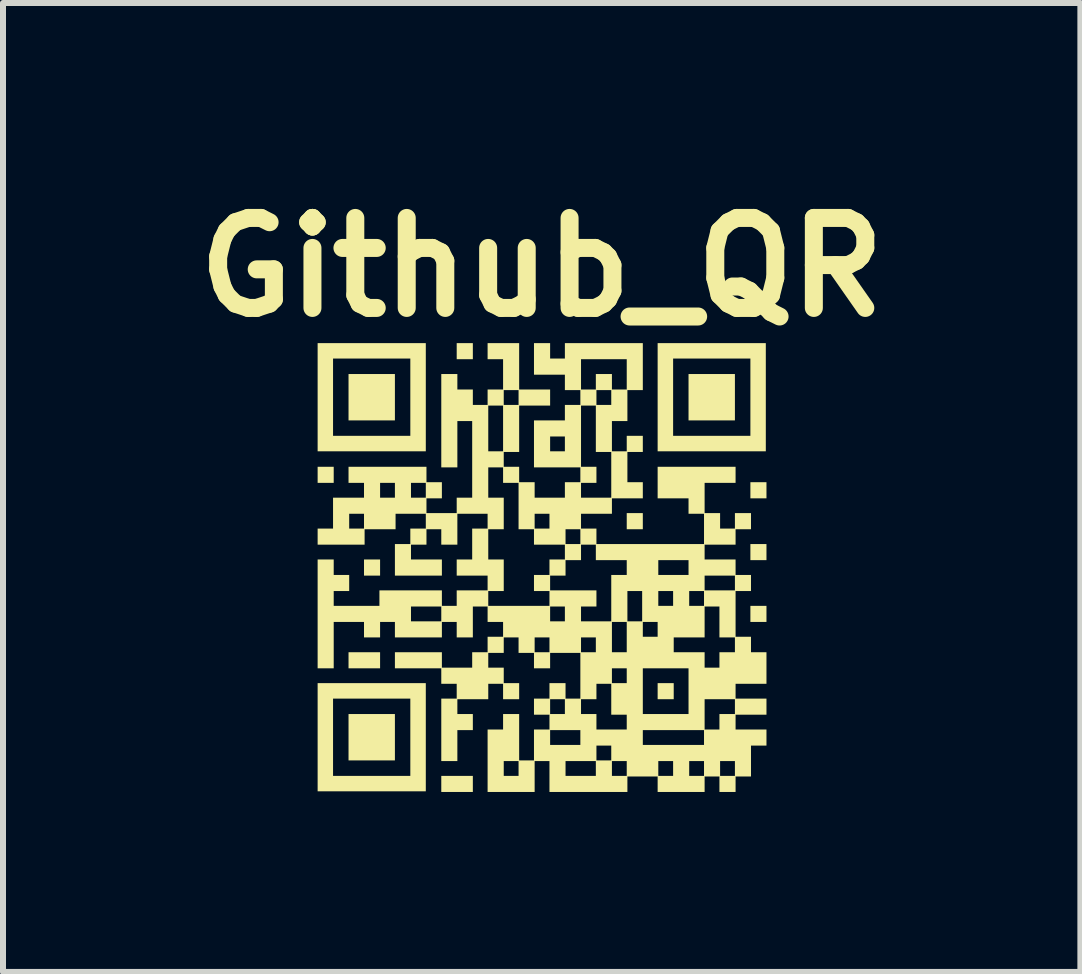
<source format=kicad_pcb>
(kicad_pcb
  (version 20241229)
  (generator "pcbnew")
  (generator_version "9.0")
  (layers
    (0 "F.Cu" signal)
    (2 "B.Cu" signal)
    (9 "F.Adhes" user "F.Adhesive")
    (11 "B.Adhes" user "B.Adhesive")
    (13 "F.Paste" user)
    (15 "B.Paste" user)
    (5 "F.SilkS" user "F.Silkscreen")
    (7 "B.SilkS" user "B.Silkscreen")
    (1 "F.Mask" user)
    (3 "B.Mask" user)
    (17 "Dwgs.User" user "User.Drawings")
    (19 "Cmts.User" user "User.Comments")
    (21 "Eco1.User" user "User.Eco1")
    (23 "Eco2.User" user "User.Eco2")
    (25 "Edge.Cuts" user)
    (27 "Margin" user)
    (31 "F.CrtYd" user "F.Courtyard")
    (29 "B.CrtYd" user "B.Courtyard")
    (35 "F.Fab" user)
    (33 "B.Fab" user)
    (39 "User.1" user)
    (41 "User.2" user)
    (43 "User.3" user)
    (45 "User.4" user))
  (footprint "Github_QR"
    (layer "F.Cu")
    (at 5.979 6.404)
    (property "Reference" "Github_QR" (at 0 -5 0) (layer "F.SilkS") (effects (font (size 1.5 1.5) (thickness 0.3))))
    (attr board_only exclude_from_pos_files exclude_from_bom)
    (fp_poly (pts (xy -3.467 -1.54) (xy -3.467 -1.406) (xy -3.601 -1.406) (xy -3.735 -1.406) (xy -3.735 -1.54) (xy -3.735 -1.674) (xy -3.601 -1.674) (xy -3.467 -1.674)) (stroke (width 0) (type solid)) (fill yes) (layer "F.SilkS"))
    (fp_poly (pts (xy -2.694 0.005) (xy -2.694 0.14) (xy -2.828 0.14) (xy -2.962 0.14) (xy -2.962 0.005) (xy -2.962 -0.129) (xy -2.828 -0.129) (xy -2.694 -0.129)) (stroke (width 0) (type solid)) (fill yes) (layer "F.SilkS"))
    (fp_poly (pts (xy -2.694 1.551) (xy -2.694 1.685) (xy -2.957 1.685) (xy -3.22 1.685) (xy -3.22 1.551) (xy -3.22 1.417) (xy -2.957 1.417) (xy -2.694 1.417)) (stroke (width 0) (type solid)) (fill yes) (layer "F.SilkS"))
    (fp_poly (pts (xy -2.447 -2.834) (xy -2.447 -2.447) (xy -2.834 -2.447) (xy -3.22 -2.447) (xy -3.22 -2.834) (xy -3.22 -3.22) (xy -2.834 -3.22) (xy -2.447 -3.22)) (stroke (width 0) (type solid)) (fill yes) (layer "F.SilkS"))
    (fp_poly (pts (xy -2.447 2.834) (xy -2.447 3.22) (xy -2.834 3.22) (xy -3.22 3.22) (xy -3.22 2.834) (xy -3.22 2.447) (xy -2.834 2.447) (xy -2.447 2.447)) (stroke (width 0) (type solid)) (fill yes) (layer "F.SilkS"))
    (fp_poly (pts (xy -1.148 -3.601) (xy -1.148 -3.467) (xy -1.283 -3.467) (xy -1.417 -3.467) (xy -1.417 -3.601) (xy -1.417 -3.735) (xy -1.283 -3.735) (xy -1.148 -3.735)) (stroke (width 0) (type solid)) (fill yes) (layer "F.SilkS"))
    (fp_poly (pts (xy -1.148 3.612) (xy -1.148 3.746) (xy -1.411 3.746) (xy -1.674 3.746) (xy -1.674 3.612) (xy -1.674 3.478) (xy -1.411 3.478) (xy -1.148 3.478)) (stroke (width 0) (type solid)) (fill yes) (layer "F.SilkS"))
    (fp_poly (pts (xy 1.685 -0.767) (xy 1.685 -0.633) (xy 1.551 -0.633) (xy 1.417 -0.633) (xy 1.417 -0.767) (xy 1.417 -0.902) (xy 1.551 -0.902) (xy 1.685 -0.902)) (stroke (width 0) (type solid)) (fill yes) (layer "F.SilkS"))
    (fp_poly (pts (xy 2.2 2.066) (xy 2.2 2.2) (xy 2.066 2.2) (xy 1.932 2.2) (xy 1.932 2.066) (xy 1.932 1.932) (xy 2.066 1.932) (xy 2.2 1.932)) (stroke (width 0) (type solid)) (fill yes) (layer "F.SilkS"))
    (fp_poly (pts (xy 3.22 -2.834) (xy 3.22 -2.447) (xy 2.834 -2.447) (xy 2.447 -2.447) (xy 2.447 -2.834) (xy 2.447 -3.22) (xy 2.834 -3.22) (xy 3.22 -3.22)) (stroke (width 0) (type solid)) (fill yes) (layer "F.SilkS"))
    (fp_poly (pts (xy 3.746 -1.283) (xy 3.746 -1.148) (xy 3.612 -1.148) (xy 3.478 -1.148) (xy 3.478 -1.283) (xy 3.478 -1.417) (xy 3.612 -1.417) (xy 3.746 -1.417)) (stroke (width 0) (type solid)) (fill yes) (layer "F.SilkS"))
    (fp_poly (pts (xy 3.746 -0.252) (xy 3.746 -0.118) (xy 3.612 -0.118) (xy 3.478 -0.118) (xy 3.478 -0.252) (xy 3.478 -0.386) (xy 3.612 -0.386) (xy 3.746 -0.386)) (stroke (width 0) (type solid)) (fill yes) (layer "F.SilkS"))
    (fp_poly (pts (xy 3.746 0.778) (xy 3.746 0.912) (xy 3.612 0.912) (xy 3.478 0.912) (xy 3.478 0.778) (xy 3.478 0.644) (xy 3.612 0.644) (xy 3.746 0.644)) (stroke (width 0) (type solid)) (fill yes) (layer "F.SilkS"))
    (fp_poly (pts (xy -1.932 -2.834) (xy -1.932 -1.932) (xy -2.834 -1.932) (xy -3.735 -1.932) (xy -3.735 -2.834) (xy -3.478 -2.834) (xy -3.478 -2.19) (xy -2.834 -2.19) (xy -2.19 -2.19) (xy -2.19 -2.834) (xy -2.19 -3.478) (xy -2.834 -3.478) (xy -3.478 -3.478) (xy -3.478 -2.834) (xy -3.735 -2.834) (xy -3.735 -3.735) (xy -2.834 -3.735) (xy -1.932 -3.735)) (stroke (width 0) (type solid)) (fill yes) (layer "F.SilkS"))
    (fp_poly (pts (xy -1.932 2.834) (xy -1.932 3.735) (xy -2.834 3.735) (xy -3.735 3.735) (xy -3.735 2.834) (xy -3.478 2.834) (xy -3.478 3.478) (xy -2.834 3.478) (xy -2.19 3.478) (xy -2.19 2.834) (xy -2.19 2.19) (xy -2.834 2.19) (xy -3.478 2.19) (xy -3.478 2.834) (xy -3.735 2.834) (xy -3.735 1.932) (xy -2.834 1.932) (xy -1.932 1.932)) (stroke (width 0) (type solid)) (fill yes) (layer "F.SilkS"))
    (fp_poly (pts (xy 3.735 -2.834) (xy 3.735 -1.932) (xy 2.834 -1.932) (xy 1.932 -1.932) (xy 1.932 -2.834) (xy 2.19 -2.834) (xy 2.19 -2.19) (xy 2.834 -2.19) (xy 3.478 -2.19) (xy 3.478 -2.834) (xy 3.478 -3.478) (xy 2.834 -3.478) (xy 2.19 -3.478) (xy 2.19 -2.834) (xy 1.932 -2.834) (xy 1.932 -3.735) (xy 2.834 -3.735) (xy 3.735 -3.735)) (stroke (width 0) (type solid)) (fill yes) (layer "F.SilkS"))
    (fp_poly (pts (xy -0.376 -3.349) (xy -0.376 -2.962) (xy -0.118 -2.962) (xy 0.14 -2.962) (xy 0.14 -2.828) (xy 0.14 -2.694) (xy -0.118 -2.694) (xy -0.376 -2.694) (xy -0.376 -2.308) (xy -0.376 -1.921) (xy -0.504 -1.921) (xy -0.633 -1.921) (xy -0.633 -1.798) (xy -0.633 -1.674) (xy -0.504 -1.674) (xy -0.376 -1.674) (xy -0.376 -1.546) (xy -0.376 -1.417) (xy -0.247 -1.417) (xy -0.118 -1.417) (xy -0.118 -1.288) (xy -0.118 -1.159) (xy 0.134 -1.159) (xy 0.386 -1.159) (xy 0.386 -1.288) (xy 0.386 -1.417) (xy 0.515 -1.417) (xy 0.644 -1.417) (xy 0.644 -1.54) (xy 0.644 -1.664) (xy 0.258 -1.664) (xy -0.129 -1.664) (xy -0.129 -2.055) (xy 0.14 -2.055) (xy 0.14 -1.932) (xy 0.263 -1.932) (xy 0.386 -1.932) (xy 0.386 -2.055) (xy 0.386 -2.179) (xy 0.263 -2.179) (xy 0.14 -2.179) (xy 0.14 -2.055) (xy -0.129 -2.055) (xy -0.129 -2.184) (xy 0.655 -2.184) (xy 0.655 -1.674) (xy 0.784 -1.674) (xy 0.912 -1.674) (xy 0.912 -1.54) (xy 0.912 -1.406) (xy 0.784 -1.406) (xy 0.655 -1.406) (xy 0.655 -1.283) (xy 0.655 -1.159) (xy 0.907 -1.159) (xy 1.159 -1.159) (xy 1.159 -1.54) (xy 1.159 -1.921) (xy 1.03 -1.921) (xy 0.902 -1.921) (xy 0.902 -2.308) (xy 0.902 -2.694) (xy 0.778 -2.694) (xy 0.655 -2.694) (xy 0.655 -2.184) (xy -0.129 -2.184) (xy -0.129 -2.447) (xy 0.129 -2.447) (xy 0.386 -2.447) (xy 0.386 -2.576) (xy 0.386 -2.705) (xy 0.515 -2.705) (xy 0.644 -2.705) (xy 0.644 -2.828) (xy 0.912 -2.828) (xy 0.912 -2.705) (xy 1.036 -2.705) (xy 1.159 -2.705) (xy 1.159 -2.828) (xy 1.159 -2.952) (xy 1.036 -2.952) (xy 0.912 -2.952) (xy 0.912 -2.828) (xy 0.644 -2.828) (xy 0.644 -2.952) (xy 0.515 -2.952) (xy 0.386 -2.952) (xy 0.386 -3.08) (xy 0.386 -3.209) (xy 0.129 -3.209) (xy -0.129 -3.209) (xy -0.129 -3.215) (xy 0.655 -3.215) (xy 0.655 -2.962) (xy 0.778 -2.962) (xy 0.902 -2.962) (xy 0.902 -3.091) (xy 0.902 -3.22) (xy 1.036 -3.22) (xy 1.17 -3.22) (xy 1.17 -3.091) (xy 1.17 -2.962) (xy 1.293 -2.962) (xy 1.417 -2.962) (xy 1.417 -3.215) (xy 1.417 -3.467) (xy 1.036 -3.467) (xy 0.655 -3.467) (xy 0.655 -3.215) (xy -0.129 -3.215) (xy -0.129 -3.472) (xy -0.129 -3.735) (xy 0.005 -3.735) (xy 0.14 -3.735) (xy 0.14 -3.606) (xy 0.14 -3.478) (xy 0.263 -3.478) (xy 0.386 -3.478) (xy 0.386 -3.606) (xy 0.386 -3.735) (xy 1.036 -3.735) (xy 1.685 -3.735) (xy 1.685 -3.343) (xy 1.685 -2.952) (xy 1.556 -2.952) (xy 1.428 -2.952) (xy 1.428 -2.694) (xy 1.428 -2.436) (xy 1.299 -2.436) (xy 1.17 -2.436) (xy 1.17 -2.184) (xy 1.17 -1.932) (xy 1.293 -1.932) (xy 1.417 -1.932) (xy 1.417 -2.061) (xy 1.417 -2.19) (xy 1.551 -2.19) (xy 1.685 -2.19) (xy 1.685 -2.055) (xy 1.685 -1.921) (xy 1.556 -1.921) (xy 1.428 -1.921) (xy 1.428 -1.669) (xy 1.428 -1.417) (xy 1.556 -1.417) (xy 1.685 -1.417) (xy 1.685 -1.283) (xy 1.685 -1.148) (xy 1.428 -1.148) (xy 1.17 -1.148) (xy 1.17 -1.02) (xy 1.17 -0.891) (xy 0.912 -0.891) (xy 0.655 -0.891) (xy 0.655 -0.767) (xy 0.655 -0.644) (xy 0.784 -0.644) (xy 0.912 -0.644) (xy 0.912 -0.515) (xy 0.912 -0.386) (xy 1.809 -0.386) (xy 2.705 -0.386) (xy 2.705 -0.639) (xy 2.705 -0.891) (xy 2.576 -0.891) (xy 2.447 -0.891) (xy 2.447 -1.02) (xy 2.447 -1.148) (xy 2.19 -1.148) (xy 1.932 -1.148) (xy 1.932 -1.411) (xy 1.932 -1.674) (xy 2.581 -1.674) (xy 3.231 -1.674) (xy 3.231 -1.54) (xy 3.231 -1.406) (xy 2.973 -1.406) (xy 2.715 -1.406) (xy 2.715 -1.154) (xy 2.715 -0.902) (xy 2.844 -0.902) (xy 2.973 -0.902) (xy 2.973 -0.773) (xy 2.973 -0.644) (xy 3.097 -0.644) (xy 3.22 -0.644) (xy 3.22 -0.773) (xy 3.22 -0.902) (xy 3.354 -0.902) (xy 3.488 -0.902) (xy 3.488 -0.767) (xy 3.488 -0.633) (xy 3.359 -0.633) (xy 3.231 -0.633) (xy 3.231 -0.504) (xy 3.231 -0.376) (xy 2.973 -0.376) (xy 2.715 -0.376) (xy 2.715 -0.252) (xy 2.715 -0.129) (xy 2.973 -0.129) (xy 3.231 -0.129) (xy 3.231 0) (xy 3.231 0.129) (xy 3.359 0.129) (xy 3.488 0.129) (xy 3.488 0.263) (xy 3.488 0.397) (xy 3.359 0.397) (xy 3.231 0.397) (xy 3.231 0.778) (xy 3.231 1.159) (xy 3.359 1.159) (xy 3.488 1.159) (xy 3.488 1.288) (xy 3.488 1.417) (xy 3.617 1.417) (xy 3.746 1.417) (xy 3.746 1.68) (xy 3.746 1.943) (xy 3.488 1.943) (xy 3.231 1.943) (xy 3.231 2.066) (xy 3.231 2.19) (xy 3.488 2.19) (xy 3.746 2.19) (xy 3.746 2.324) (xy 3.746 2.458) (xy 3.488 2.458) (xy 3.231 2.458) (xy 3.231 2.581) (xy 3.231 2.705) (xy 3.488 2.705) (xy 3.746 2.705) (xy 3.746 2.839) (xy 3.746 2.973) (xy 3.617 2.973) (xy 3.488 2.973) (xy 3.488 3.231) (xy 3.488 3.488) (xy 3.359 3.488) (xy 3.231 3.488) (xy 3.231 3.617) (xy 3.231 3.746) (xy 3.097 3.746) (xy 2.962 3.746) (xy 2.962 3.617) (xy 2.962 3.488) (xy 2.839 3.488) (xy 2.715 3.488) (xy 2.715 3.617) (xy 2.715 3.746) (xy 2.324 3.746) (xy 1.932 3.746) (xy 1.932 3.617) (xy 1.932 3.488) (xy 1.68 3.488) (xy 1.428 3.488) (xy 1.428 3.617) (xy 1.428 3.746) (xy 0.778 3.746) (xy 0.129 3.746) (xy 0.129 3.488) (xy 0.129 3.354) (xy 0.397 3.354) (xy 0.397 3.478) (xy 0.649 3.478) (xy 0.902 3.478) (xy 0.902 3.354) (xy 1.17 3.354) (xy 1.17 3.478) (xy 1.293 3.478) (xy 1.417 3.478) (xy 1.417 3.354) (xy 1.943 3.354) (xy 1.943 3.478) (xy 2.066 3.478) (xy 2.19 3.478) (xy 2.19 3.354) (xy 2.458 3.354) (xy 2.458 3.478) (xy 2.581 3.478) (xy 2.705 3.478) (xy 2.705 3.354) (xy 2.973 3.354) (xy 2.973 3.478) (xy 3.097 3.478) (xy 3.22 3.478) (xy 3.22 3.354) (xy 3.22 3.231) (xy 3.097 3.231) (xy 2.973 3.231) (xy 2.973 3.354) (xy 2.705 3.354) (xy 2.705 3.231) (xy 2.581 3.231) (xy 2.458 3.231) (xy 2.458 3.354) (xy 2.19 3.354) (xy 2.19 3.231) (xy 2.066 3.231) (xy 1.943 3.231) (xy 1.943 3.354) (xy 1.417 3.354) (xy 1.417 3.231) (xy 1.293 3.231) (xy 1.17 3.231) (xy 1.17 3.354) (xy 0.902 3.354) (xy 0.902 3.231) (xy 0.649 3.231) (xy 0.397 3.231) (xy 0.397 3.354) (xy 0.129 3.354) (xy 0.129 3.231) (xy 0.005 3.231) (xy -0.118 3.231) (xy -0.118 3.488) (xy -0.118 3.746) (xy -0.51 3.746) (xy -0.902 3.746) (xy -0.902 3.354) (xy -0.633 3.354) (xy -0.633 3.478) (xy -0.51 3.478) (xy -0.386 3.478) (xy -0.386 3.354) (xy -0.386 3.231) (xy -0.51 3.231) (xy -0.633 3.231) (xy -0.633 3.354) (xy -0.902 3.354) (xy -0.902 3.225) (xy -0.902 2.705) (xy -0.773 2.705) (xy -0.644 2.705) (xy -0.644 2.576) (xy -0.644 2.447) (xy -0.51 2.447) (xy -0.376 2.447) (xy -0.376 2.834) (xy -0.376 3.22) (xy -0.252 3.22) (xy -0.129 3.22) (xy -0.129 3.097) (xy 0.912 3.097) (xy 0.912 3.22) (xy 1.036 3.22) (xy 1.159 3.22) (xy 1.159 3.097) (xy 1.159 2.973) (xy 1.036 2.973) (xy 0.912 2.973) (xy 0.912 3.097) (xy -0.129 3.097) (xy -0.129 2.962) (xy -0.129 2.839) (xy 0.14 2.839) (xy 0.14 2.962) (xy 0.392 2.962) (xy 0.644 2.962) (xy 0.644 2.839) (xy 1.685 2.839) (xy 1.685 2.962) (xy 2.195 2.962) (xy 2.705 2.962) (xy 2.705 2.839) (xy 2.705 2.715) (xy 2.195 2.715) (xy 1.685 2.715) (xy 1.685 2.839) (xy 0.644 2.839) (xy 0.644 2.715) (xy 0.392 2.715) (xy 0.14 2.715) (xy 0.14 2.839) (xy -0.129 2.839) (xy -0.129 2.705) (xy 0 2.705) (xy 0.129 2.705) (xy 0.129 2.581) (xy 0.129 2.458) (xy 0 2.458) (xy -0.129 2.458) (xy -0.129 2.324) (xy 0.14 2.324) (xy 0.14 2.447) (xy 0.263 2.447) (xy 0.386 2.447) (xy 0.386 2.324) (xy 0.386 2.2) (xy 0.655 2.2) (xy 0.655 2.324) (xy 0.655 2.447) (xy 0.784 2.447) (xy 0.912 2.447) (xy 0.912 2.576) (xy 0.912 2.705) (xy 1.165 2.705) (xy 1.417 2.705) (xy 1.417 2.581) (xy 1.417 2.458) (xy 1.288 2.458) (xy 1.159 2.458) (xy 1.159 2.453) (xy 2.715 2.453) (xy 2.715 2.705) (xy 2.839 2.705) (xy 2.962 2.705) (xy 2.962 2.576) (xy 2.962 2.447) (xy 3.091 2.447) (xy 3.22 2.447) (xy 3.22 2.324) (xy 3.22 2.2) (xy 2.968 2.2) (xy 2.715 2.2) (xy 2.715 2.453) (xy 1.159 2.453) (xy 1.159 2.2) (xy 1.159 2.066) (xy 1.685 2.066) (xy 1.685 2.447) (xy 2.066 2.447) (xy 2.447 2.447) (xy 2.447 2.066) (xy 2.447 1.685) (xy 2.066 1.685) (xy 1.685 1.685) (xy 1.685 2.066) (xy 1.159 2.066) (xy 1.159 1.943) (xy 1.036 1.943) (xy 0.912 1.943) (xy 0.912 2.071) (xy 0.912 2.2) (xy 0.784 2.2) (xy 0.655 2.2) (xy 0.386 2.2) (xy 0.263 2.2) (xy 0.14 2.2) (xy 0.14 2.324) (xy -0.129 2.324) (xy -0.129 2.19) (xy 0 2.19) (xy 0.129 2.19) (xy 0.129 2.061) (xy 0.129 1.932) (xy 0.263 1.932) (xy 0.397 1.932) (xy 0.397 2.061) (xy 0.397 2.19) (xy 0.521 2.19) (xy 0.644 2.19) (xy 0.644 1.809) (xy 1.17 1.809) (xy 1.17 1.932) (xy 1.293 1.932) (xy 1.417 1.932) (xy 1.417 1.809) (xy 1.417 1.685) (xy 1.293 1.685) (xy 1.17 1.685) (xy 1.17 1.809) (xy 0.644 1.809) (xy 0.644 1.428) (xy 0.392 1.428) (xy 0.14 1.428) (xy 0.14 1.556) (xy 0.14 1.685) (xy 0.005 1.685) (xy -0.129 1.685) (xy -0.129 1.556) (xy -0.129 1.428) (xy -0.258 1.428) (xy -0.386 1.428) (xy -0.386 1.299) (xy -0.386 1.293) (xy -0.118 1.293) (xy -0.118 1.417) (xy 0.005 1.417) (xy 0.129 1.417) (xy 0.129 1.293) (xy 0.655 1.293) (xy 0.655 1.417) (xy 0.778 1.417) (xy 0.902 1.417) (xy 0.902 1.293) (xy 0.902 1.17) (xy 0.778 1.17) (xy 0.655 1.17) (xy 0.655 1.293) (xy 0.129 1.293) (xy 0.129 1.17) (xy 0.005 1.17) (xy -0.118 1.17) (xy -0.118 1.293) (xy -0.386 1.293) (xy -0.386 1.17) (xy -0.51 1.17) (xy -0.633 1.17) (xy -0.633 1.299) (xy -0.633 1.428) (xy -0.762 1.428) (xy -0.891 1.428) (xy -0.891 1.551) (xy -0.891 1.674) (xy -0.762 1.674) (xy -0.633 1.674) (xy -0.633 1.803) (xy -0.633 1.932) (xy -0.504 1.932) (xy -0.376 1.932) (xy -0.376 2.066) (xy -0.376 2.2) (xy -0.51 2.2) (xy -0.644 2.2) (xy -0.644 2.071) (xy -0.644 1.943) (xy -0.767 1.943) (xy -0.891 1.943) (xy -0.891 2.071) (xy -0.891 2.2) (xy -1.148 2.2) (xy -1.406 2.2) (xy -1.406 2.324) (xy -1.406 2.447) (xy -1.277 2.447) (xy -1.148 2.447) (xy -1.148 2.581) (xy -1.148 2.715) (xy -1.277 2.715) (xy -1.406 2.715) (xy -1.406 2.973) (xy -1.406 3.231) (xy -1.54 3.231) (xy -1.674 3.231) (xy -1.674 2.71) (xy -1.674 2.19) (xy -1.546 2.19) (xy -1.417 2.19) (xy -1.417 2.066) (xy -1.417 1.943) (xy -1.546 1.943) (xy -1.674 1.943) (xy -1.674 1.814) (xy -1.674 1.685) (xy -2.061 1.685) (xy -2.447 1.685) (xy -2.447 1.551) (xy -2.447 1.417) (xy -2.055 1.417) (xy -1.664 1.417) (xy -1.664 1.546) (xy -1.664 1.674) (xy -1.411 1.674) (xy -1.159 1.674) (xy -1.159 1.546) (xy -1.159 1.417) (xy -1.03 1.417) (xy -0.902 1.417) (xy -0.902 1.288) (xy -0.902 1.165) (xy 1.17 1.165) (xy 1.17 1.417) (xy 1.293 1.417) (xy 1.417 1.417) (xy 1.417 1.17) (xy 2.2 1.17) (xy 2.2 1.293) (xy 2.2 1.417) (xy 2.458 1.417) (xy 2.715 1.417) (xy 2.715 1.546) (xy 2.715 1.674) (xy 2.839 1.674) (xy 2.962 1.674) (xy 2.962 1.546) (xy 2.962 1.417) (xy 3.091 1.417) (xy 3.22 1.417) (xy 3.22 1.293) (xy 3.22 1.17) (xy 3.091 1.17) (xy 2.962 1.17) (xy 2.962 0.912) (xy 2.962 0.655) (xy 2.839 0.655) (xy 2.715 0.655) (xy 2.715 0.912) (xy 2.715 1.17) (xy 2.458 1.17) (xy 2.2 1.17) (xy 1.417 1.17) (xy 1.417 1.165) (xy 1.417 1.036) (xy 1.685 1.036) (xy 1.685 1.159) (xy 1.809 1.159) (xy 1.932 1.159) (xy 1.932 1.036) (xy 1.932 0.912) (xy 1.809 0.912) (xy 1.685 0.912) (xy 1.685 1.036) (xy 1.417 1.036) (xy 1.417 0.912) (xy 1.293 0.912) (xy 1.17 0.912) (xy 1.17 1.165) (xy -0.902 1.165) (xy -0.902 1.159) (xy -0.773 1.159) (xy -0.644 1.159) (xy -0.644 1.036) (xy -0.644 0.912) (xy -0.773 0.912) (xy -0.902 0.912) (xy -0.902 0.784) (xy -0.902 0.778) (xy 0.14 0.778) (xy 0.14 0.902) (xy 0.263 0.902) (xy 0.386 0.902) (xy 0.386 0.778) (xy 0.386 0.655) (xy 0.263 0.655) (xy 0.14 0.655) (xy 0.14 0.778) (xy -0.902 0.778) (xy -0.902 0.655) (xy -1.025 0.655) (xy -1.148 0.655) (xy -1.148 0.912) (xy -1.148 1.17) (xy -1.283 1.17) (xy -1.417 1.17) (xy -1.417 1.041) (xy -1.417 0.912) (xy -1.54 0.912) (xy -1.664 0.912) (xy -1.664 1.041) (xy -1.664 1.17) (xy -2.055 1.17) (xy -2.447 1.17) (xy -2.447 1.041) (xy -2.447 0.912) (xy -2.571 0.912) (xy -2.694 0.912) (xy -2.694 1.041) (xy -2.694 1.17) (xy -2.828 1.17) (xy -2.962 1.17) (xy -2.962 1.041) (xy -2.962 0.912) (xy -3.215 0.912) (xy -3.467 0.912) (xy -3.467 1.299) (xy -3.467 1.685) (xy -3.601 1.685) (xy -3.735 1.685) (xy -3.735 0.778) (xy -2.179 0.778) (xy -2.179 0.902) (xy -1.927 0.902) (xy -1.674 0.902) (xy -1.674 0.778) (xy -1.674 0.655) (xy -1.927 0.655) (xy -2.179 0.655) (xy -2.179 0.778) (xy -3.735 0.778) (xy -3.735 -0.129) (xy -3.601 -0.129) (xy -3.467 -0.129) (xy -3.467 0) (xy -3.467 0.129) (xy -3.338 0.129) (xy -3.209 0.129) (xy -3.209 0.263) (xy -3.209 0.397) (xy -3.338 0.397) (xy -3.467 0.397) (xy -3.467 0.521) (xy -3.467 0.644) (xy -3.086 0.644) (xy -2.705 0.644) (xy -2.705 0.515) (xy -2.705 0.386) (xy -2.184 0.386) (xy -1.664 0.386) (xy -1.664 0.515) (xy -1.664 0.644) (xy -1.54 0.644) (xy -1.417 0.644) (xy -1.417 0.515) (xy -1.417 0.386) (xy -1.159 0.386) (xy -0.902 0.386) (xy -0.902 0.263) (xy -0.902 0.14) (xy -1.159 0.14) (xy -1.417 0.14) (xy -1.417 0.005) (xy -1.417 -0.129) (xy -1.288 -0.129) (xy -1.159 -0.129) (xy -1.159 -0.386) (xy -1.159 -0.644) (xy -1.03 -0.644) (xy -0.902 -0.644) (xy -0.902 -0.767) (xy -0.902 -0.891) (xy -1.154 -0.891) (xy -1.406 -0.891) (xy -1.406 -0.633) (xy -1.406 -0.376) (xy -1.54 -0.376) (xy -1.674 -0.376) (xy -1.674 -0.504) (xy -1.674 -0.633) (xy -1.798 -0.633) (xy -1.921 -0.633) (xy -1.921 -0.504) (xy -1.921 -0.376) (xy -2.05 -0.376) (xy -2.179 -0.376) (xy -2.179 -0.252) (xy -2.179 -0.129) (xy -1.921 -0.129) (xy -1.664 -0.129) (xy -1.664 0.005) (xy -1.664 0.14) (xy -2.055 0.14) (xy -2.447 0.14) (xy -2.447 -0.123) (xy -2.447 -0.386) (xy -2.318 -0.386) (xy -2.19 -0.386) (xy -2.19 -0.515) (xy -2.19 -0.644) (xy -2.061 -0.644) (xy -1.932 -0.644) (xy -1.932 -0.767) (xy -1.932 -0.891) (xy -2.184 -0.891) (xy -2.436 -0.891) (xy -2.436 -0.762) (xy -2.436 -0.633) (xy -2.694 -0.633) (xy -2.952 -0.633) (xy -2.952 -0.504) (xy -2.952 -0.376) (xy -3.343 -0.376) (xy -3.735 -0.376) (xy -3.735 -0.51) (xy -3.735 -0.644) (xy -3.606 -0.644) (xy -3.478 -0.644) (xy -3.478 -0.767) (xy -3.209 -0.767) (xy -3.209 -0.644) (xy -3.086 -0.644) (xy -2.962 -0.644) (xy -2.962 -0.767) (xy -2.962 -0.891) (xy -3.086 -0.891) (xy -3.209 -0.891) (xy -3.209 -0.767) (xy -3.478 -0.767) (xy -3.478 -0.902) (xy -3.478 -1.159) (xy -3.22 -1.159) (xy -2.962 -1.159) (xy -2.962 -1.283) (xy -2.694 -1.283) (xy -2.694 -1.159) (xy -2.571 -1.159) (xy -2.447 -1.159) (xy -2.447 -1.283) (xy -2.179 -1.283) (xy -2.179 -1.159) (xy -2.055 -1.159) (xy -1.932 -1.159) (xy -1.932 -1.283) (xy -1.932 -1.406) (xy -2.055 -1.406) (xy -2.179 -1.406) (xy -2.179 -1.283) (xy -2.447 -1.283) (xy -2.447 -1.406) (xy -2.571 -1.406) (xy -2.694 -1.406) (xy -2.694 -1.283) (xy -2.962 -1.283) (xy -2.962 -1.406) (xy -3.091 -1.406) (xy -3.22 -1.406) (xy -3.22 -1.54) (xy -3.22 -1.674) (xy -2.571 -1.674) (xy -1.921 -1.674) (xy -1.921 -1.546) (xy -1.921 -1.417) (xy -1.792 -1.417) (xy -1.664 -1.417) (xy -1.664 -1.283) (xy -1.664 -1.148) (xy -1.792 -1.148) (xy -1.921 -1.148) (xy -1.921 -1.025) (xy -1.921 -0.902) (xy -1.669 -0.902) (xy -1.417 -0.902) (xy -1.417 -1.03) (xy -1.417 -1.159) (xy -1.288 -1.159) (xy -1.159 -1.159) (xy -1.159 -1.411) (xy -0.891 -1.411) (xy -0.891 -1.159) (xy -0.762 -1.159) (xy -0.633 -1.159) (xy -0.633 -0.896) (xy -0.633 -0.633) (xy -0.762 -0.633) (xy -0.891 -0.633) (xy -0.891 -0.381) (xy -0.891 -0.129) (xy -0.762 -0.129) (xy -0.633 -0.129) (xy -0.633 0.134) (xy -0.633 0.397) (xy -0.762 0.397) (xy -0.891 0.397) (xy -0.891 0.521) (xy -0.891 0.644) (xy -0.381 0.644) (xy 0.129 0.644) (xy 0.129 0.521) (xy 0.129 0.397) (xy 0 0.397) (xy -0.129 0.397) (xy -0.129 0.263) (xy -0.129 0.14) (xy 0.14 0.14) (xy 0.14 0.263) (xy 0.14 0.386) (xy 0.526 0.386) (xy 0.912 0.386) (xy 0.912 0.521) (xy 0.912 0.655) (xy 0.784 0.655) (xy 0.655 0.655) (xy 0.655 0.778) (xy 0.655 0.902) (xy 0.907 0.902) (xy 1.159 0.902) (xy 1.159 0.649) (xy 1.428 0.649) (xy 1.428 0.902) (xy 1.551 0.902) (xy 1.674 0.902) (xy 1.674 0.649) (xy 1.674 0.521) (xy 1.943 0.521) (xy 1.943 0.644) (xy 2.066 0.644) (xy 2.19 0.644) (xy 2.19 0.521) (xy 2.458 0.521) (xy 2.458 0.644) (xy 2.581 0.644) (xy 2.705 0.644) (xy 2.705 0.521) (xy 2.705 0.397) (xy 2.581 0.397) (xy 2.458 0.397) (xy 2.458 0.521) (xy 2.19 0.521) (xy 2.19 0.397) (xy 2.066 0.397) (xy 1.943 0.397) (xy 1.943 0.521) (xy 1.674 0.521) (xy 1.674 0.397) (xy 1.551 0.397) (xy 1.428 0.397) (xy 1.428 0.649) (xy 1.159 0.649) (xy 1.159 0.515) (xy 1.159 0.263) (xy 2.715 0.263) (xy 2.715 0.386) (xy 2.968 0.386) (xy 3.22 0.386) (xy 3.22 0.263) (xy 3.22 0.14) (xy 2.968 0.14) (xy 2.715 0.14) (xy 2.715 0.263) (xy 1.159 0.263) (xy 1.159 0.129) (xy 1.288 0.129) (xy 1.417 0.129) (xy 1.417 0.005) (xy 1.943 0.005) (xy 1.943 0.129) (xy 2.195 0.129) (xy 2.447 0.129) (xy 2.447 0.005) (xy 2.447 -0.118) (xy 2.195 -0.118) (xy 1.943 -0.118) (xy 1.943 0.005) (xy 1.417 0.005) (xy 1.417 -0.118) (xy 1.159 -0.118) (xy 0.902 -0.118) (xy 0.902 -0.247) (xy 0.902 -0.376) (xy 0.778 -0.376) (xy 0.655 -0.376) (xy 0.655 -0.247) (xy 0.655 -0.118) (xy 0.526 -0.118) (xy 0.397 -0.118) (xy 0.397 0.011) (xy 0.397 0.14) (xy 0.268 0.14) (xy 0.14 0.14) (xy -0.129 0.14) (xy -0.129 0.129) (xy 0 0.129) (xy 0.129 0.129) (xy 0.129 0) (xy 0.129 -0.129) (xy 0.258 -0.129) (xy 0.386 -0.129) (xy 0.386 -0.252) (xy 0.386 -0.376) (xy 0.129 -0.376) (xy -0.129 -0.376) (xy -0.129 -0.504) (xy -0.129 -0.51) (xy 0.397 -0.51) (xy 0.397 -0.386) (xy 0.521 -0.386) (xy 0.644 -0.386) (xy 0.644 -0.51) (xy 0.644 -0.633) (xy 0.521 -0.633) (xy 0.397 -0.633) (xy 0.397 -0.51) (xy -0.129 -0.51) (xy -0.129 -0.633) (xy -0.258 -0.633) (xy -0.386 -0.633) (xy -0.386 -0.767) (xy -0.118 -0.767) (xy -0.118 -0.644) (xy 0.005 -0.644) (xy 0.129 -0.644) (xy 0.129 -0.767) (xy 0.129 -0.891) (xy 0.005 -0.891) (xy -0.118 -0.891) (xy -0.118 -0.767) (xy -0.386 -0.767) (xy -0.386 -1.02) (xy -0.386 -1.406) (xy -0.515 -1.406) (xy -0.644 -1.406) (xy -0.644 -1.535) (xy -0.644 -1.664) (xy -0.767 -1.664) (xy -0.891 -1.664) (xy -0.891 -1.411) (xy -1.159 -1.411) (xy -1.159 -1.798) (xy -1.159 -2.313) (xy -0.891 -2.313) (xy -0.891 -1.932) (xy -0.767 -1.932) (xy -0.644 -1.932) (xy -0.644 -2.313) (xy -0.644 -2.694) (xy -0.767 -2.694) (xy -0.891 -2.694) (xy -0.891 -2.313) (xy -1.159 -2.313) (xy -1.159 -2.436) (xy -1.283 -2.436) (xy -1.406 -2.436) (xy -1.406 -2.05) (xy -1.406 -1.664) (xy -1.54 -1.664) (xy -1.674 -1.664) (xy -1.674 -2.442) (xy -1.674 -3.22) (xy -1.54 -3.22) (xy -1.406 -3.22) (xy -1.406 -3.091) (xy -1.406 -2.962) (xy -1.277 -2.962) (xy -1.148 -2.962) (xy -1.148 -2.834) (xy -1.148 -2.705) (xy -1.025 -2.705) (xy -0.902 -2.705) (xy -0.902 -2.828) (xy -0.633 -2.828) (xy -0.633 -2.705) (xy -0.51 -2.705) (xy -0.386 -2.705) (xy -0.386 -2.828) (xy -0.386 -2.952) (xy -0.51 -2.952) (xy -0.633 -2.952) (xy -0.633 -2.828) (xy -0.902 -2.828) (xy -0.902 -2.834) (xy -0.902 -2.962) (xy -0.773 -2.962) (xy -0.644 -2.962) (xy -0.644 -3.215) (xy -0.644 -3.467) (xy -0.773 -3.467) (xy -0.902 -3.467) (xy -0.902 -3.601) (xy -0.902 -3.735) (xy -0.639 -3.735) (xy -0.376 -3.735)) (stroke (width 0) (type solid)) (fill yes) (layer "F.SilkS")))
  (gr_rect
    (start -3 -3)
    (end 14.957 13.15)
    (stroke (width 0.1) (type default))
    (fill no)
    (layer "Edge.Cuts")))
</source>
